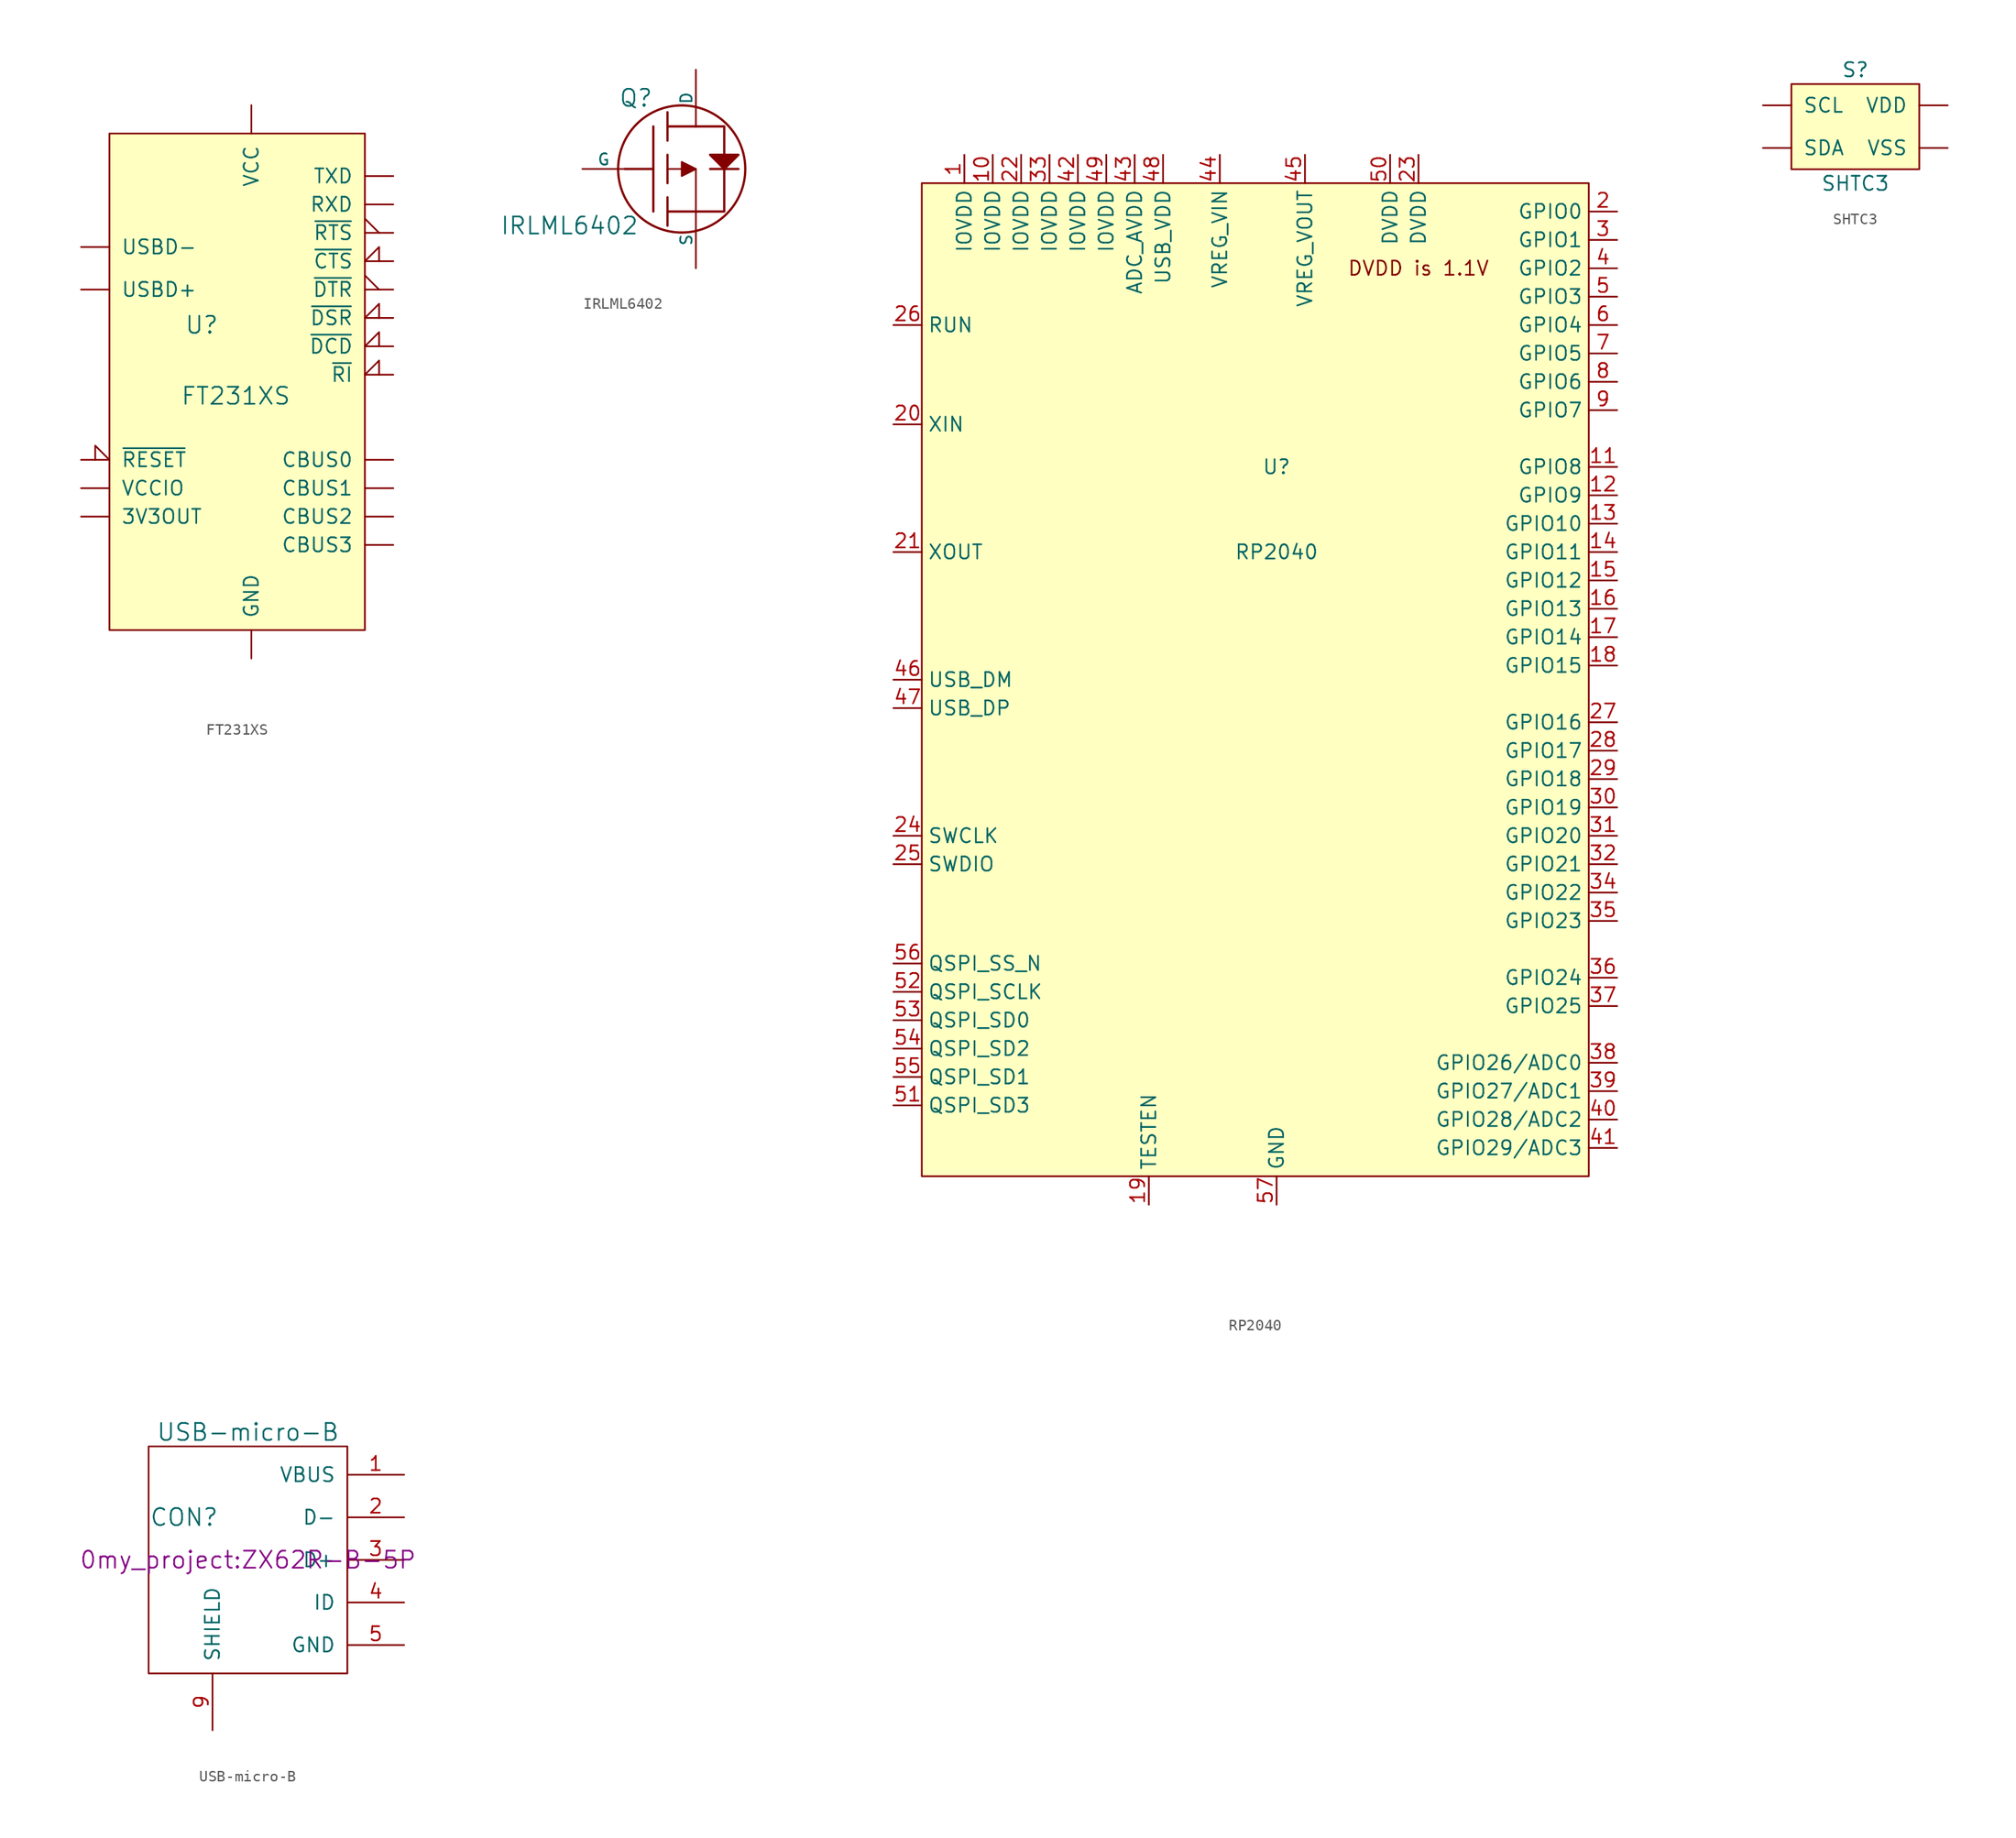
<source format=kicad_sym>
(kicad_symbol_lib
  (version 20220914)
  (generator kicad_symbol_editor)
  (symbol "FT231XS"
    (pin_numbers hide)
    (pin_names
      (offset 1.016))
    (property "Reference" "U"
      (at -4.445 4.445 0)
      (effects (font (size 1.524 1.524))))
    (property "Value" "FT231XS"
      (at -6.35 -1.905 0)
      (effects (font (size 1.524 1.524)) (justify left)))
    (symbol "FT231XS_0_1"
      (rectangle (start -12.7 21.59) (end 10.16 -22.86) (stroke (width 0) (type default)) (fill (type background))))
    (symbol "FT231XS_1_1"
      (pin output output_low (at 12.7 7.62 180) (length 2.54) (name "~{DTR}" (effects (font (size 1.27 1.27)))) (number "1" (effects (font (size 1.27 1.27)))))
      (pin bidirectional line (at 12.7 -12.7 180) (length 2.54) (name "CBUS2" (effects (font (size 1.27 1.27)))) (number "10" (effects (font (size 1.27 1.27)))))
      (pin bidirectional line (at -15.24 7.62 0) (length 2.54) (name "USBD+" (effects (font (size 1.27 1.27)))) (number "11" (effects (font (size 1.27 1.27)))))
      (pin bidirectional line (at -15.24 11.43 0) (length 2.54) (name "USBD-" (effects (font (size 1.27 1.27)))) (number "12" (effects (font (size 1.27 1.27)))))
      (pin power_out line (at -15.24 -12.7 0) (length 2.54) (name "3V3OUT" (effects (font (size 1.27 1.27)))) (number "13" (effects (font (size 1.27 1.27)))))
      (pin input input_low (at -15.24 -7.62 0) (length 2.54) (name "~{RESET}" (effects (font (size 1.27 1.27)))) (number "14" (effects (font (size 1.27 1.27)))))
      (pin power_in line (at 0 24.13 270) (length 2.54) (name "VCC" (effects (font (size 1.27 1.27)))) (number "15" (effects (font (size 1.27 1.27)))))
      (pin power_in line (at 0 -25.4 90) (length 2.54) hide (name "GND" (effects (font (size 1.27 1.27)))) (number "16" (effects (font (size 1.27 1.27)))))
      (pin output line (at 12.7 -10.16 180) (length 2.54) (name "CBUS1" (effects (font (size 1.27 1.27)))) (number "17" (effects (font (size 1.27 1.27)))))
      (pin bidirectional line (at 12.7 -7.62 180) (length 2.54) (name "CBUS0" (effects (font (size 1.27 1.27)))) (number "18" (effects (font (size 1.27 1.27)))))
      (pin bidirectional line (at 12.7 -15.24 180) (length 2.54) (name "CBUS3" (effects (font (size 1.27 1.27)))) (number "19" (effects (font (size 1.27 1.27)))))
      (pin output output_low (at 12.7 12.7 180) (length 2.54) (name "~{RTS}" (effects (font (size 1.27 1.27)))) (number "2" (effects (font (size 1.27 1.27)))))
      (pin output line (at 12.7 17.78 180) (length 2.54) (name "TXD" (effects (font (size 1.27 1.27)))) (number "20" (effects (font (size 1.27 1.27)))))
      (pin power_in line (at -15.24 -10.16 0) (length 2.54) (name "VCCIO" (effects (font (size 1.27 1.27)))) (number "3" (effects (font (size 1.27 1.27)))))
      (pin input line (at 12.7 15.24 180) (length 2.54) (name "RXD" (effects (font (size 1.27 1.27)))) (number "4" (effects (font (size 1.27 1.27)))))
      (pin input input_low (at 12.7 0 180) (length 2.54) (name "~{RI}" (effects (font (size 1.27 1.27)))) (number "5" (effects (font (size 1.27 1.27)))))
      (pin power_in line (at 0 -25.4 90) (length 2.54) (name "GND" (effects (font (size 1.27 1.27)))) (number "6" (effects (font (size 1.27 1.27)))))
      (pin input input_low (at 12.7 5.08 180) (length 2.54) (name "~{DSR}" (effects (font (size 1.27 1.27)))) (number "7" (effects (font (size 1.27 1.27)))))
      (pin input input_low (at 12.7 2.54 180) (length 2.54) (name "~{DCD}" (effects (font (size 1.27 1.27)))) (number "8" (effects (font (size 1.27 1.27)))))
      (pin input input_low (at 12.7 10.16 180) (length 2.54) (name "~{CTS}" (effects (font (size 1.27 1.27)))) (number "9" (effects (font (size 1.27 1.27)))))))
  (symbol "IRLML6402"
    (pin_numbers hide)
    (pin_names
      (offset 0))
    (property "Reference" "Q"
      (at -1.27 6.35 0)
      (effects (font (size 1.524 1.524)) (justify right)))
    (property "Value" "IRLML6402"
      (at -2.54 -5.08 0)
      (effects (font (size 1.524 1.524)) (justify right)))
    (symbol "IRLML6402_0_1"
      (rectangle (start 0 -3.81) (end 2.54 -3.81) (stroke (width 0.203) (type default)) (fill (type none)))
      (polyline (pts (xy -1.27 -3.81) (xy -1.27 3.81)) (stroke (width 0.203) (type default)) (fill (type none)))
      (polyline (pts (xy -1.27 0) (xy -3.81 0)) (stroke (width 0.203) (type default)) (fill (type none)))
      (polyline (pts (xy 0 -5.08) (xy 0 -2.54)) (stroke (width 0.203) (type default)) (fill (type none)))
      (polyline (pts (xy 0 -1.27) (xy 0 1.27)) (stroke (width 0.203) (type default)) (fill (type none)))
      (polyline (pts (xy 0 0) (xy 1.27 0)) (stroke (width 0) (type default)) (fill (type none)))
      (polyline (pts (xy 0 2.54) (xy 0 5.08)) (stroke (width 0.203) (type default)) (fill (type none)))
      (polyline (pts (xy 2.54 0) (xy 2.54 -3.81)) (stroke (width 0) (type default)) (fill (type none)))
      (polyline (pts (xy 3.81 0) (xy 6.35 0)) (stroke (width 0.203) (type default)) (fill (type none)))
      (polyline (pts (xy 2.54 -3.81) (xy 5.08 -3.81) (xy 5.08 0)) (stroke (width 0.203) (type default)) (fill (type none)))
      (polyline (pts (xy 2.54 3.81) (xy 5.08 3.81) (xy 5.08 1.27)) (stroke (width 0.203) (type default)) (fill (type none)))
      (polyline (pts (xy 1.27 0.635) (xy 1.27 -0.635) (xy 2.54 0) (xy 1.27 0.635)) (stroke (width 0) (type default)) (fill (type outline)))
      (polyline (pts (xy 3.81 1.27) (xy 6.35 1.27) (xy 5.08 0) (xy 3.81 1.27)) (stroke (width 0.203) (type default)) (fill (type outline)))
      (rectangle (start 0 3.81) (end 2.54 3.81) (stroke (width 0.203) (type default)) (fill (type none)))
      (circle (center 1.27 0) (radius 5.69) (stroke (width 0.203) (type default)) (fill (type none))))
    (symbol "IRLML6402_1_1"
      (pin input line (at -7.62 0 0) (length 3.81) (name "G" (effects (font (size 1.016 1.016)))) (number "1" (effects (font (size 1.016 1.016)))))
      (pin passive line (at 2.54 -8.89 90) (length 5.08) (name "S" (effects (font (size 1.016 1.016)))) (number "2" (effects (font (size 1.016 1.016)))))
      (pin passive line (at 2.54 8.89 270) (length 5.08) (name "D" (effects (font (size 1.016 1.016)))) (number "3" (effects (font (size 1.016 1.016)))))))
  (symbol "RP2040"
    (property "Reference" "U"
      (at 0 -25.4 0)
      (effects (font (size 1.27 1.27))))
    (property "Value" "RP2040"
      (at 0 -33.02 0)
      (effects (font (size 1.27 1.27))))
    (symbol "RP2040_0_0"
      (text "DVDD is 1.1V" (at 12.7 -7.62 0) (effects (font (size 1.27 1.27))))
      (pin power_in line (at -27.94 2.54 270) (length 2.54) (name "IOVDD" (effects (font (size 1.27 1.27)))) (number "1" (effects (font (size 1.27 1.27)))))
      (pin power_in line (at -25.4 2.54 270) (length 2.54) (name "IOVDD" (effects (font (size 1.27 1.27)))) (number "10" (effects (font (size 1.27 1.27)))))
      (pin bidirectional line (at 30.48 -25.4 180) (length 2.54) (name "GPIO8" (effects (font (size 1.27 1.27)))) (number "11" (effects (font (size 1.27 1.27)))))
      (pin bidirectional line (at 30.48 -27.94 180) (length 2.54) (name "GPIO9" (effects (font (size 1.27 1.27)))) (number "12" (effects (font (size 1.27 1.27)))))
      (pin bidirectional line (at 30.48 -30.48 180) (length 2.54) (name "GPIO10" (effects (font (size 1.27 1.27)))) (number "13" (effects (font (size 1.27 1.27)))))
      (pin bidirectional line (at 30.48 -33.02 180) (length 2.54) (name "GPIO11" (effects (font (size 1.27 1.27)))) (number "14" (effects (font (size 1.27 1.27)))))
      (pin bidirectional line (at 30.48 -35.56 180) (length 2.54) (name "GPIO12" (effects (font (size 1.27 1.27)))) (number "15" (effects (font (size 1.27 1.27)))))
      (pin bidirectional line (at 30.48 -38.1 180) (length 2.54) (name "GPIO13" (effects (font (size 1.27 1.27)))) (number "16" (effects (font (size 1.27 1.27)))))
      (pin bidirectional line (at 30.48 -40.64 180) (length 2.54) (name "GPIO14" (effects (font (size 1.27 1.27)))) (number "17" (effects (font (size 1.27 1.27)))))
      (pin bidirectional line (at 30.48 -43.18 180) (length 2.54) (name "GPIO15" (effects (font (size 1.27 1.27)))) (number "18" (effects (font (size 1.27 1.27)))))
      (pin input line (at -11.43 -91.44 90) (length 2.54) (name "TESTEN" (effects (font (size 1.27 1.27)))) (number "19" (effects (font (size 1.27 1.27)))))
      (pin bidirectional line (at 30.48 -2.54 180) (length 2.54) (name "GPIO0" (effects (font (size 1.27 1.27)))) (number "2" (effects (font (size 1.27 1.27)))))
      (pin input line (at -34.29 -21.59 0) (length 2.54) (name "XIN" (effects (font (size 1.27 1.27)))) (number "20" (effects (font (size 1.27 1.27)))))
      (pin output line (at -34.29 -33.02 0) (length 2.54) (name "XOUT" (effects (font (size 1.27 1.27)))) (number "21" (effects (font (size 1.27 1.27)))))
      (pin power_in line (at -22.86 2.54 270) (length 2.54) (name "IOVDD" (effects (font (size 1.27 1.27)))) (number "22" (effects (font (size 1.27 1.27)))))
      (pin power_in line (at 12.7 2.54 270) (length 2.54) (name "DVDD" (effects (font (size 1.27 1.27)))) (number "23" (effects (font (size 1.27 1.27)))))
      (pin input line (at -34.29 -58.42 0) (length 2.54) (name "SWCLK" (effects (font (size 1.27 1.27)))) (number "24" (effects (font (size 1.27 1.27)))))
      (pin bidirectional line (at -34.29 -60.96 0) (length 2.54) (name "SWDIO" (effects (font (size 1.27 1.27)))) (number "25" (effects (font (size 1.27 1.27)))))
      (pin input line (at -34.29 -12.7 0) (length 2.54) (name "RUN" (effects (font (size 1.27 1.27)))) (number "26" (effects (font (size 1.27 1.27)))))
      (pin bidirectional line (at 30.48 -48.26 180) (length 2.54) (name "GPIO16" (effects (font (size 1.27 1.27)))) (number "27" (effects (font (size 1.27 1.27)))))
      (pin bidirectional line (at 30.48 -50.8 180) (length 2.54) (name "GPIO17" (effects (font (size 1.27 1.27)))) (number "28" (effects (font (size 1.27 1.27)))))
      (pin bidirectional line (at 30.48 -53.34 180) (length 2.54) (name "GPIO18" (effects (font (size 1.27 1.27)))) (number "29" (effects (font (size 1.27 1.27)))))
      (pin bidirectional line (at 30.48 -5.08 180) (length 2.54) (name "GPIO1" (effects (font (size 1.27 1.27)))) (number "3" (effects (font (size 1.27 1.27)))))
      (pin bidirectional line (at 30.48 -55.88 180) (length 2.54) (name "GPIO19" (effects (font (size 1.27 1.27)))) (number "30" (effects (font (size 1.27 1.27)))))
      (pin bidirectional line (at 30.48 -58.42 180) (length 2.54) (name "GPIO20" (effects (font (size 1.27 1.27)))) (number "31" (effects (font (size 1.27 1.27)))))
      (pin bidirectional line (at 30.48 -60.96 180) (length 2.54) (name "GPIO21" (effects (font (size 1.27 1.27)))) (number "32" (effects (font (size 1.27 1.27)))))
      (pin power_in line (at -20.32 2.54 270) (length 2.54) (name "IOVDD" (effects (font (size 1.27 1.27)))) (number "33" (effects (font (size 1.27 1.27)))))
      (pin bidirectional line (at 30.48 -63.5 180) (length 2.54) (name "GPIO22" (effects (font (size 1.27 1.27)))) (number "34" (effects (font (size 1.27 1.27)))))
      (pin bidirectional line (at 30.48 -66.04 180) (length 2.54) (name "GPIO23" (effects (font (size 1.27 1.27)))) (number "35" (effects (font (size 1.27 1.27)))))
      (pin bidirectional line (at 30.48 -71.12 180) (length 2.54) (name "GPIO24" (effects (font (size 1.27 1.27)))) (number "36" (effects (font (size 1.27 1.27)))))
      (pin bidirectional line (at 30.48 -73.66 180) (length 2.54) (name "GPIO25" (effects (font (size 1.27 1.27)))) (number "37" (effects (font (size 1.27 1.27)))))
      (pin bidirectional line (at 30.48 -78.74 180) (length 2.54) (name "GPIO26/ADC0" (effects (font (size 1.27 1.27)))) (number "38" (effects (font (size 1.27 1.27)))))
      (pin bidirectional line (at 30.48 -81.28 180) (length 2.54) (name "GPIO27/ADC1" (effects (font (size 1.27 1.27)))) (number "39" (effects (font (size 1.27 1.27)))))
      (pin bidirectional line (at 30.48 -7.62 180) (length 2.54) (name "GPIO2" (effects (font (size 1.27 1.27)))) (number "4" (effects (font (size 1.27 1.27)))))
      (pin bidirectional line (at 30.48 -83.82 180) (length 2.54) (name "GPIO28/ADC2" (effects (font (size 1.27 1.27)))) (number "40" (effects (font (size 1.27 1.27)))))
      (pin bidirectional line (at 30.48 -86.36 180) (length 2.54) (name "GPIO29/ADC3" (effects (font (size 1.27 1.27)))) (number "41" (effects (font (size 1.27 1.27)))))
      (pin power_in line (at -17.78 2.54 270) (length 2.54) (name "IOVDD" (effects (font (size 1.27 1.27)))) (number "42" (effects (font (size 1.27 1.27)))))
      (pin power_in line (at -12.7 2.54 270) (length 2.54) (name "ADC_AVDD" (effects (font (size 1.27 1.27)))) (number "43" (effects (font (size 1.27 1.27)))))
      (pin power_in line (at -5.08 2.54 270) (length 2.54) (name "VREG_VIN" (effects (font (size 1.27 1.27)))) (number "44" (effects (font (size 1.27 1.27)))))
      (pin power_out line (at 2.54 2.54 270) (length 2.54) (name "VREG_VOUT" (effects (font (size 1.27 1.27)))) (number "45" (effects (font (size 1.27 1.27)))))
      (pin bidirectional line (at -34.29 -44.45 0) (length 2.54) (name "USB_DM" (effects (font (size 1.27 1.27)))) (number "46" (effects (font (size 1.27 1.27)))))
      (pin bidirectional line (at -34.29 -46.99 0) (length 2.54) (name "USB_DP" (effects (font (size 1.27 1.27)))) (number "47" (effects (font (size 1.27 1.27)))))
      (pin power_in line (at -10.16 2.54 270) (length 2.54) (name "USB_VDD" (effects (font (size 1.27 1.27)))) (number "48" (effects (font (size 1.27 1.27)))))
      (pin power_in line (at -15.24 2.54 270) (length 2.54) (name "IOVDD" (effects (font (size 1.27 1.27)))) (number "49" (effects (font (size 1.27 1.27)))))
      (pin bidirectional line (at 30.48 -10.16 180) (length 2.54) (name "GPIO3" (effects (font (size 1.27 1.27)))) (number "5" (effects (font (size 1.27 1.27)))))
      (pin power_in line (at 10.16 2.54 270) (length 2.54) (name "DVDD" (effects (font (size 1.27 1.27)))) (number "50" (effects (font (size 1.27 1.27)))))
      (pin bidirectional line (at -34.29 -82.55 0) (length 2.54) (name "QSPI_SD3" (effects (font (size 1.27 1.27)))) (number "51" (effects (font (size 1.27 1.27)))))
      (pin output line (at -34.29 -72.39 0) (length 2.54) (name "QSPI_SCLK" (effects (font (size 1.27 1.27)))) (number "52" (effects (font (size 1.27 1.27)))))
      (pin bidirectional line (at -34.29 -74.93 0) (length 2.54) (name "QSPI_SD0" (effects (font (size 1.27 1.27)))) (number "53" (effects (font (size 1.27 1.27)))))
      (pin bidirectional line (at -34.29 -77.47 0) (length 2.54) (name "QSPI_SD2" (effects (font (size 1.27 1.27)))) (number "54" (effects (font (size 1.27 1.27)))))
      (pin bidirectional line (at -34.29 -80.01 0) (length 2.54) (name "QSPI_SD1" (effects (font (size 1.27 1.27)))) (number "55" (effects (font (size 1.27 1.27)))))
      (pin bidirectional line (at -34.29 -69.85 0) (length 2.54) (name "QSPI_SS_N" (effects (font (size 1.27 1.27)))) (number "56" (effects (font (size 1.27 1.27)))))
      (pin power_in line (at 0 -91.44 90) (length 2.54) (name "GND" (effects (font (size 1.27 1.27)))) (number "57" (effects (font (size 1.27 1.27)))))
      (pin bidirectional line (at 30.48 -12.7 180) (length 2.54) (name "GPIO4" (effects (font (size 1.27 1.27)))) (number "6" (effects (font (size 1.27 1.27)))))
      (pin bidirectional line (at 30.48 -15.24 180) (length 2.54) (name "GPIO5" (effects (font (size 1.27 1.27)))) (number "7" (effects (font (size 1.27 1.27)))))
      (pin bidirectional line (at 30.48 -17.78 180) (length 2.54) (name "GPIO6" (effects (font (size 1.27 1.27)))) (number "8" (effects (font (size 1.27 1.27)))))
      (pin bidirectional line (at 30.48 -20.32 180) (length 2.54) (name "GPIO7" (effects (font (size 1.27 1.27)))) (number "9" (effects (font (size 1.27 1.27))))))
    (symbol "RP2040_0_1"
      (rectangle (start 27.94 0) (end -31.75 -88.9) (stroke (width 0) (type default)) (fill (type background)))))
  (symbol "SHTC3"
    (pin_numbers hide)
    (pin_names
      (offset 1.016))
    (property "Reference" "S"
      (at 0 5.08 0)
      (effects (font (size 1.27 1.27))))
    (property "Value" "SHTC3"
      (at 0 -5.08 0)
      (effects (font (size 1.27 1.27))))
    (symbol "SHTC3_0_1"
      (rectangle (start 5.715 -3.81) (end -5.715 3.81) (stroke (width 0) (type default)) (fill (type background))))
    (symbol "SHTC3_1_1"
      (pin power_in line (at 8.255 1.905 180) (length 2.54) (name "VDD" (effects (font (size 1.27 1.27)))) (number "1" (effects (font (size 1.27 1.27)))))
      (pin input line (at -8.255 1.905 0) (length 2.54) (name "SCL" (effects (font (size 1.27 1.27)))) (number "2" (effects (font (size 1.27 1.27)))))
      (pin bidirectional line (at -8.255 -1.905 0) (length 2.54) (name "SDA" (effects (font (size 1.27 1.27)))) (number "3" (effects (font (size 1.27 1.27)))))
      (pin power_in line (at 8.255 -1.905 180) (length 2.54) (name "VSS" (effects (font (size 1.27 1.27)))) (number "4" (effects (font (size 1.27 1.27)))))
      (pin power_in line (at 8.255 -1.905 180) (length 2.54) hide (name "PAD" (effects (font (size 1.27 1.27)))) (number "PAD" (effects (font (size 1.27 1.27)))))))
  (symbol "USB-micro-B"
    (pin_names
      (offset 1.016))
    (property "Reference" "CON"
      (at -5.715 2.54 0)
      (effects (font (size 1.524 1.524))))
    (property "Value" "USB-micro-B"
      (at 0 10.16 0)
      (effects (font (size 1.524 1.524))))
    (property "Footprint" "0my_project:ZX62R-B-5P"
      (at 0 -1.27 0)
      (effects (font (size 1.524 1.524))))
    (property "Datasheet" ""
      (at 0 -1.27 0)
      (effects (font (size 1.524 1.524))))
    (symbol "USB-micro-B_0_1"
      (rectangle (start 8.89 8.89) (end -8.89 -11.43) (stroke (width 0) (type default)) (fill (type none))))
    (symbol "USB-micro-B_1_1"
      (pin power_out line (at 13.97 6.35 180) (length 5.08) (name "VBUS" (effects (font (size 1.27 1.27)))) (number "1" (effects (font (size 1.27 1.27)))))
      (pin bidirectional line (at 13.97 2.54 180) (length 5.08) (name "D-" (effects (font (size 1.27 1.27)))) (number "2" (effects (font (size 1.27 1.27)))))
      (pin bidirectional line (at 13.97 -1.27 180) (length 5.08) (name "D+" (effects (font (size 1.27 1.27)))) (number "3" (effects (font (size 1.27 1.27)))))
      (pin bidirectional line (at 13.97 -5.08 180) (length 5.08) (name "ID" (effects (font (size 1.27 1.27)))) (number "4" (effects (font (size 1.27 1.27)))))
      (pin power_out line (at 13.97 -8.89 180) (length 5.08) (name "GND" (effects (font (size 1.27 1.27)))) (number "5" (effects (font (size 1.27 1.27)))))
      (pin passive line (at -3.175 -16.51 90) (length 5.08) hide (name "SHIELD" (effects (font (size 1.27 1.27)))) (number "6" (effects (font (size 1.27 1.27)))))
      (pin passive line (at -3.175 -16.51 90) (length 5.08) hide (name "SHIELD" (effects (font (size 1.27 1.27)))) (number "7" (effects (font (size 1.27 1.27)))))
      (pin passive line (at -3.175 -16.51 90) (length 5.08) hide (name "SHIELD" (effects (font (size 1.27 1.27)))) (number "8" (effects (font (size 1.27 1.27)))))
      (pin passive line (at -3.175 -16.51 90) (length 5.08) (name "SHIELD" (effects (font (size 1.27 1.27)))) (number "9" (effects (font (size 1.27 1.27))))))))
</source>
